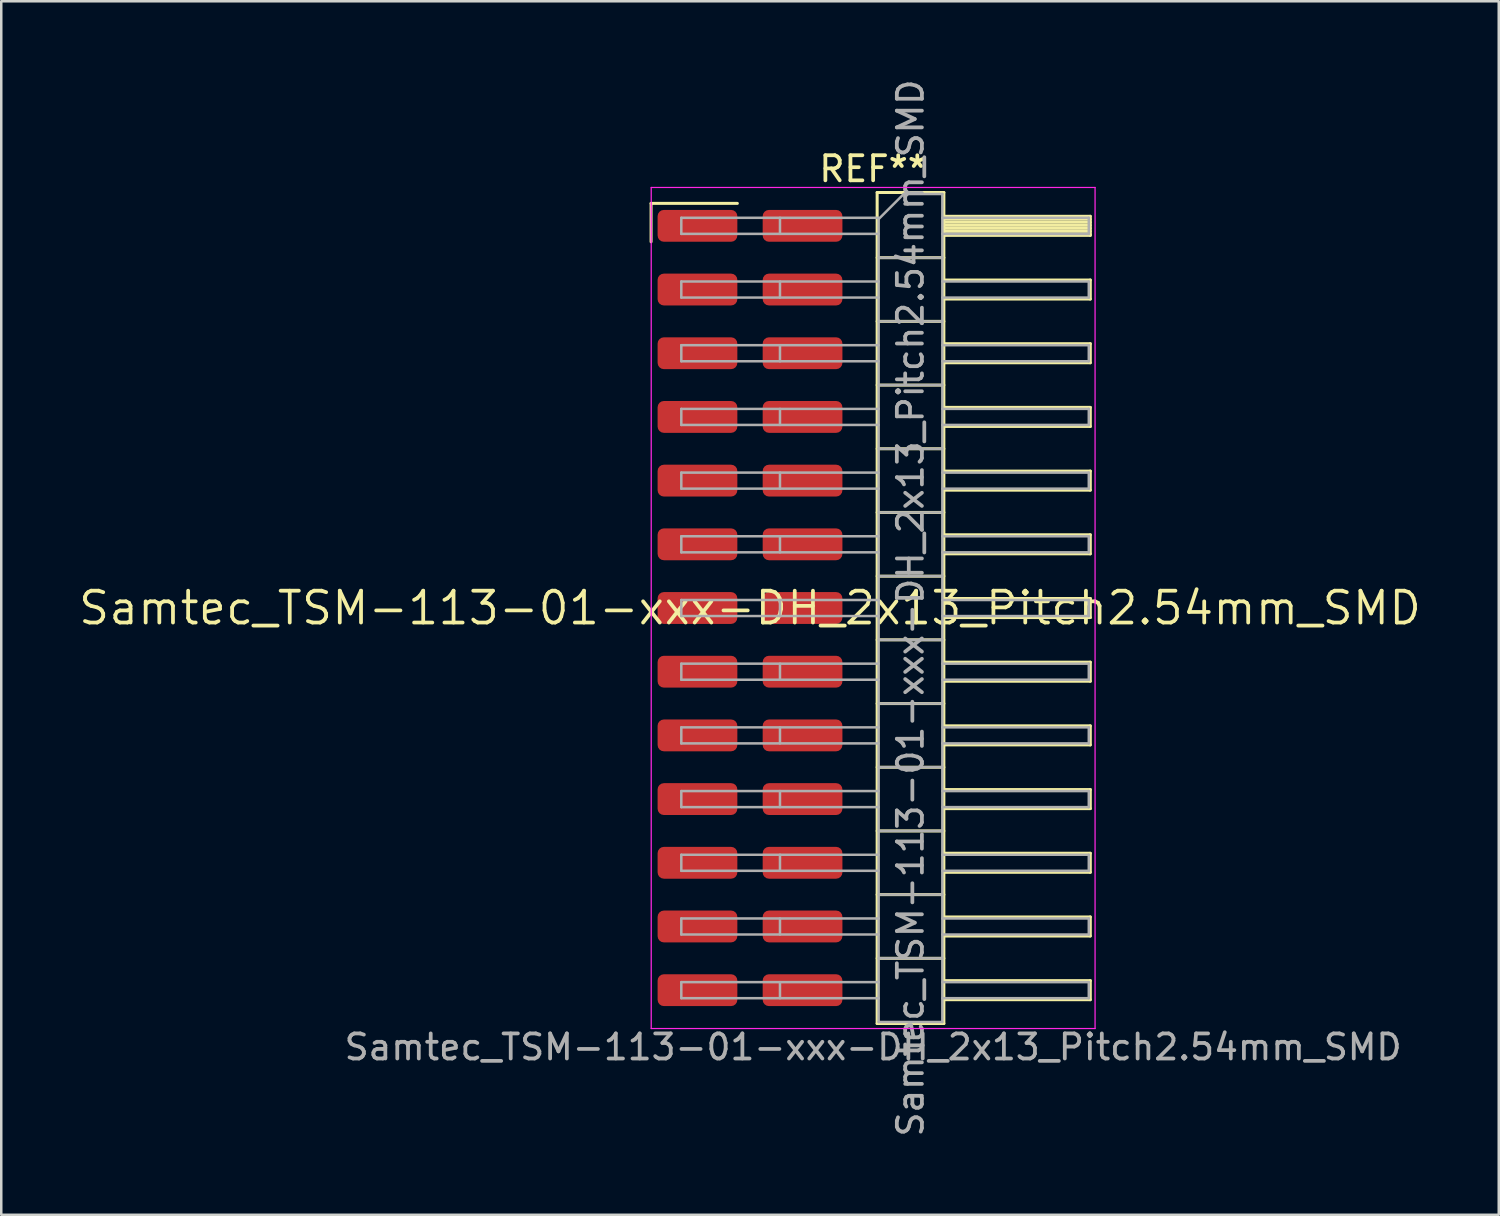
<source format=kicad_pcb>
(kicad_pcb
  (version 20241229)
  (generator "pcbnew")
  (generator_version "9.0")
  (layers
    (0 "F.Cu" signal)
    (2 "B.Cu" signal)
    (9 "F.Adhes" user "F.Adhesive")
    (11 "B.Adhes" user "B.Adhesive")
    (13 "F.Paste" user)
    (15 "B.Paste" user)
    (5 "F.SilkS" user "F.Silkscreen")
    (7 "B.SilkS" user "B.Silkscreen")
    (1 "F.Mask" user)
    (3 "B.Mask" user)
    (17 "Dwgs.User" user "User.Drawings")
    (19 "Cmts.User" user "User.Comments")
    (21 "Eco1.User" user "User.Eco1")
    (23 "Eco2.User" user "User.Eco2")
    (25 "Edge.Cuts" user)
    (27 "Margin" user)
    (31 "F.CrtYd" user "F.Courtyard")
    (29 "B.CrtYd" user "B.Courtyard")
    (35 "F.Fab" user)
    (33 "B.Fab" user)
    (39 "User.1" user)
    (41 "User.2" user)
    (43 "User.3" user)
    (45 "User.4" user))
  (footprint "Samtec_TSM-113-01-xxx-DH_2x13_Pitch2.54mm_SMD"
    (layer "F.Cu")
    (at 26.859 21.196)
    (property "Reference" "Samtec_TSM-113-01-xxx-DH_2x13_Pitch2.54mm_SMD" (at 0 0 0) (layer "F.SilkS") (effects (font (size 1.27 1.27) (thickness 0.15))))
    (attr smd)
    (fp_line (start -3.945 -16.135) (end -0.505 -16.135) (stroke (width 0.12) (type solid)) (layer "F.SilkS"))
    (fp_line (start -3.945 -14.605) (end -3.945 -16.135) (stroke (width 0.12) (type solid)) (layer "F.SilkS"))
    (fp_line (start 5.07 -16.57) (end 7.73 -16.57) (stroke (width 0.12) (type solid)) (layer "F.SilkS"))
    (fp_line (start 5.07 -13.97) (end 7.73 -13.97) (stroke (width 0.12) (type solid)) (layer "F.SilkS"))
    (fp_line (start 5.07 -11.43) (end 7.73 -11.43) (stroke (width 0.12) (type solid)) (layer "F.SilkS"))
    (fp_line (start 5.07 -8.89) (end 7.73 -8.89) (stroke (width 0.12) (type solid)) (layer "F.SilkS"))
    (fp_line (start 5.07 -6.35) (end 7.73 -6.35) (stroke (width 0.12) (type solid)) (layer "F.SilkS"))
    (fp_line (start 5.07 -3.81) (end 7.73 -3.81) (stroke (width 0.12) (type solid)) (layer "F.SilkS"))
    (fp_line (start 5.07 -1.27) (end 7.73 -1.27) (stroke (width 0.12) (type solid)) (layer "F.SilkS"))
    (fp_line (start 5.07 1.27) (end 7.73 1.27) (stroke (width 0.12) (type solid)) (layer "F.SilkS"))
    (fp_line (start 5.07 3.81) (end 7.73 3.81) (stroke (width 0.12) (type solid)) (layer "F.SilkS"))
    (fp_line (start 5.07 6.35) (end 7.73 6.35) (stroke (width 0.12) (type solid)) (layer "F.SilkS"))
    (fp_line (start 5.07 8.89) (end 7.73 8.89) (stroke (width 0.12) (type solid)) (layer "F.SilkS"))
    (fp_line (start 5.07 11.43) (end 7.73 11.43) (stroke (width 0.12) (type solid)) (layer "F.SilkS"))
    (fp_line (start 5.07 13.97) (end 7.73 13.97) (stroke (width 0.12) (type solid)) (layer "F.SilkS"))
    (fp_line (start 5.07 16.57) (end 5.07 -16.57) (stroke (width 0.12) (type solid)) (layer "F.SilkS"))
    (fp_line (start 7.73 -16.57) (end 7.73 16.57) (stroke (width 0.12) (type solid)) (layer "F.SilkS"))
    (fp_line (start 7.73 -15.62) (end 13.57 -15.62) (stroke (width 0.12) (type solid)) (layer "F.SilkS"))
    (fp_line (start 7.73 -15.5) (end 13.57 -15.5) (stroke (width 0.12) (type solid)) (layer "F.SilkS"))
    (fp_line (start 7.73 -15.38) (end 13.57 -15.38) (stroke (width 0.12) (type solid)) (layer "F.SilkS"))
    (fp_line (start 7.73 -15.26) (end 13.57 -15.26) (stroke (width 0.12) (type solid)) (layer "F.SilkS"))
    (fp_line (start 7.73 -15.14) (end 13.57 -15.14) (stroke (width 0.12) (type solid)) (layer "F.SilkS"))
    (fp_line (start 7.73 -15.02) (end 13.57 -15.02) (stroke (width 0.12) (type solid)) (layer "F.SilkS"))
    (fp_line (start 7.73 -14.9) (end 13.57 -14.9) (stroke (width 0.12) (type solid)) (layer "F.SilkS"))
    (fp_line (start 7.73 -14.86) (end 13.57 -14.86) (stroke (width 0.12) (type solid)) (layer "F.SilkS"))
    (fp_line (start 7.73 -13.08) (end 13.57 -13.08) (stroke (width 0.12) (type solid)) (layer "F.SilkS"))
    (fp_line (start 7.73 -12.32) (end 13.57 -12.32) (stroke (width 0.12) (type solid)) (layer "F.SilkS"))
    (fp_line (start 7.73 -10.54) (end 13.57 -10.54) (stroke (width 0.12) (type solid)) (layer "F.SilkS"))
    (fp_line (start 7.73 -9.78) (end 13.57 -9.78) (stroke (width 0.12) (type solid)) (layer "F.SilkS"))
    (fp_line (start 7.73 -8) (end 13.57 -8) (stroke (width 0.12) (type solid)) (layer "F.SilkS"))
    (fp_line (start 7.73 -7.24) (end 13.57 -7.24) (stroke (width 0.12) (type solid)) (layer "F.SilkS"))
    (fp_line (start 7.73 -5.46) (end 13.57 -5.46) (stroke (width 0.12) (type solid)) (layer "F.SilkS"))
    (fp_line (start 7.73 -4.7) (end 13.57 -4.7) (stroke (width 0.12) (type solid)) (layer "F.SilkS"))
    (fp_line (start 7.73 -2.92) (end 13.57 -2.92) (stroke (width 0.12) (type solid)) (layer "F.SilkS"))
    (fp_line (start 7.73 -2.16) (end 13.57 -2.16) (stroke (width 0.12) (type solid)) (layer "F.SilkS"))
    (fp_line (start 7.73 -0.38) (end 13.57 -0.38) (stroke (width 0.12) (type solid)) (layer "F.SilkS"))
    (fp_line (start 7.73 0.38) (end 13.57 0.38) (stroke (width 0.12) (type solid)) (layer "F.SilkS"))
    (fp_line (start 7.73 2.16) (end 13.57 2.16) (stroke (width 0.12) (type solid)) (layer "F.SilkS"))
    (fp_line (start 7.73 2.92) (end 13.57 2.92) (stroke (width 0.12) (type solid)) (layer "F.SilkS"))
    (fp_line (start 7.73 4.7) (end 13.57 4.7) (stroke (width 0.12) (type solid)) (layer "F.SilkS"))
    (fp_line (start 7.73 5.46) (end 13.57 5.46) (stroke (width 0.12) (type solid)) (layer "F.SilkS"))
    (fp_line (start 7.73 7.24) (end 13.57 7.24) (stroke (width 0.12) (type solid)) (layer "F.SilkS"))
    (fp_line (start 7.73 8) (end 13.57 8) (stroke (width 0.12) (type solid)) (layer "F.SilkS"))
    (fp_line (start 7.73 9.78) (end 13.57 9.78) (stroke (width 0.12) (type solid)) (layer "F.SilkS"))
    (fp_line (start 7.73 10.54) (end 13.57 10.54) (stroke (width 0.12) (type solid)) (layer "F.SilkS"))
    (fp_line (start 7.73 12.32) (end 13.57 12.32) (stroke (width 0.12) (type solid)) (layer "F.SilkS"))
    (fp_line (start 7.73 13.08) (end 13.57 13.08) (stroke (width 0.12) (type solid)) (layer "F.SilkS"))
    (fp_line (start 7.73 14.86) (end 13.57 14.86) (stroke (width 0.12) (type solid)) (layer "F.SilkS"))
    (fp_line (start 7.73 15.62) (end 13.57 15.62) (stroke (width 0.12) (type solid)) (layer "F.SilkS"))
    (fp_line (start 7.73 16.57) (end 5.07 16.57) (stroke (width 0.12) (type solid)) (layer "F.SilkS"))
    (fp_line (start 13.57 -15.62) (end 13.57 -14.86) (stroke (width 0.12) (type solid)) (layer "F.SilkS"))
    (fp_line (start 13.57 -13.08) (end 13.57 -12.32) (stroke (width 0.12) (type solid)) (layer "F.SilkS"))
    (fp_line (start 13.57 -10.54) (end 13.57 -9.78) (stroke (width 0.12) (type solid)) (layer "F.SilkS"))
    (fp_line (start 13.57 -8) (end 13.57 -7.24) (stroke (width 0.12) (type solid)) (layer "F.SilkS"))
    (fp_line (start 13.57 -5.46) (end 13.57 -4.7) (stroke (width 0.12) (type solid)) (layer "F.SilkS"))
    (fp_line (start 13.57 -2.92) (end 13.57 -2.16) (stroke (width 0.12) (type solid)) (layer "F.SilkS"))
    (fp_line (start 13.57 -0.38) (end 13.57 0.38) (stroke (width 0.12) (type solid)) (layer "F.SilkS"))
    (fp_line (start 13.57 2.16) (end 13.57 2.92) (stroke (width 0.12) (type solid)) (layer "F.SilkS"))
    (fp_line (start 13.57 4.7) (end 13.57 5.46) (stroke (width 0.12) (type solid)) (layer "F.SilkS"))
    (fp_line (start 13.57 7.24) (end 13.57 8) (stroke (width 0.12) (type solid)) (layer "F.SilkS"))
    (fp_line (start 13.57 9.78) (end 13.57 10.54) (stroke (width 0.12) (type solid)) (layer "F.SilkS"))
    (fp_line (start 13.57 12.32) (end 13.57 13.08) (stroke (width 0.12) (type solid)) (layer "F.SilkS"))
    (fp_line (start 13.57 14.86) (end 13.57 15.62) (stroke (width 0.12) (type solid)) (layer "F.SilkS"))
    (fp_line (start -3.94 -16.77) (end 13.76 -16.77) (stroke (width 0.05) (type solid)) (layer "F.CrtYd"))
    (fp_line (start -3.94 16.77) (end -3.94 -16.77) (stroke (width 0.05) (type solid)) (layer "F.CrtYd"))
    (fp_line (start 13.76 -16.77) (end 13.76 16.77) (stroke (width 0.05) (type solid)) (layer "F.CrtYd"))
    (fp_line (start 13.76 16.77) (end -3.94 16.77) (stroke (width 0.05) (type solid)) (layer "F.CrtYd"))
    (fp_line (start -2.74 -15.56) (end -2.74 -14.92) (stroke (width 0.1) (type solid)) (layer "F.Fab"))
    (fp_line (start -2.74 -15.56) (end 5.13 -15.56) (stroke (width 0.1) (type solid)) (layer "F.Fab"))
    (fp_line (start -2.74 -14.92) (end 5.13 -14.92) (stroke (width 0.1) (type solid)) (layer "F.Fab"))
    (fp_line (start -2.74 -13.02) (end -2.74 -12.38) (stroke (width 0.1) (type solid)) (layer "F.Fab"))
    (fp_line (start -2.74 -13.02) (end 5.13 -13.02) (stroke (width 0.1) (type solid)) (layer "F.Fab"))
    (fp_line (start -2.74 -12.38) (end 5.13 -12.38) (stroke (width 0.1) (type solid)) (layer "F.Fab"))
    (fp_line (start -2.74 -10.48) (end -2.74 -9.84) (stroke (width 0.1) (type solid)) (layer "F.Fab"))
    (fp_line (start -2.74 -10.48) (end 5.13 -10.48) (stroke (width 0.1) (type solid)) (layer "F.Fab"))
    (fp_line (start -2.74 -9.84) (end 5.13 -9.84) (stroke (width 0.1) (type solid)) (layer "F.Fab"))
    (fp_line (start -2.74 -7.94) (end -2.74 -7.3) (stroke (width 0.1) (type solid)) (layer "F.Fab"))
    (fp_line (start -2.74 -7.94) (end 5.13 -7.94) (stroke (width 0.1) (type solid)) (layer "F.Fab"))
    (fp_line (start -2.74 -7.3) (end 5.13 -7.3) (stroke (width 0.1) (type solid)) (layer "F.Fab"))
    (fp_line (start -2.74 -5.4) (end -2.74 -4.76) (stroke (width 0.1) (type solid)) (layer "F.Fab"))
    (fp_line (start -2.74 -5.4) (end 5.13 -5.4) (stroke (width 0.1) (type solid)) (layer "F.Fab"))
    (fp_line (start -2.74 -4.76) (end 5.13 -4.76) (stroke (width 0.1) (type solid)) (layer "F.Fab"))
    (fp_line (start -2.74 -2.86) (end -2.74 -2.22) (stroke (width 0.1) (type solid)) (layer "F.Fab"))
    (fp_line (start -2.74 -2.86) (end 5.13 -2.86) (stroke (width 0.1) (type solid)) (layer "F.Fab"))
    (fp_line (start -2.74 -2.22) (end 5.13 -2.22) (stroke (width 0.1) (type solid)) (layer "F.Fab"))
    (fp_line (start -2.74 -0.32) (end -2.74 0.32) (stroke (width 0.1) (type solid)) (layer "F.Fab"))
    (fp_line (start -2.74 -0.32) (end 5.13 -0.32) (stroke (width 0.1) (type solid)) (layer "F.Fab"))
    (fp_line (start -2.74 0.32) (end 5.13 0.32) (stroke (width 0.1) (type solid)) (layer "F.Fab"))
    (fp_line (start -2.74 2.22) (end -2.74 2.86) (stroke (width 0.1) (type solid)) (layer "F.Fab"))
    (fp_line (start -2.74 2.22) (end 5.13 2.22) (stroke (width 0.1) (type solid)) (layer "F.Fab"))
    (fp_line (start -2.74 2.86) (end 5.13 2.86) (stroke (width 0.1) (type solid)) (layer "F.Fab"))
    (fp_line (start -2.74 4.76) (end -2.74 5.4) (stroke (width 0.1) (type solid)) (layer "F.Fab"))
    (fp_line (start -2.74 4.76) (end 5.13 4.76) (stroke (width 0.1) (type solid)) (layer "F.Fab"))
    (fp_line (start -2.74 5.4) (end 5.13 5.4) (stroke (width 0.1) (type solid)) (layer "F.Fab"))
    (fp_line (start -2.74 7.3) (end -2.74 7.94) (stroke (width 0.1) (type solid)) (layer "F.Fab"))
    (fp_line (start -2.74 7.3) (end 5.13 7.3) (stroke (width 0.1) (type solid)) (layer "F.Fab"))
    (fp_line (start -2.74 7.94) (end 5.13 7.94) (stroke (width 0.1) (type solid)) (layer "F.Fab"))
    (fp_line (start -2.74 9.84) (end -2.74 10.48) (stroke (width 0.1) (type solid)) (layer "F.Fab"))
    (fp_line (start -2.74 9.84) (end 5.13 9.84) (stroke (width 0.1) (type solid)) (layer "F.Fab"))
    (fp_line (start -2.74 10.48) (end 5.13 10.48) (stroke (width 0.1) (type solid)) (layer "F.Fab"))
    (fp_line (start -2.74 12.38) (end -2.74 13.02) (stroke (width 0.1) (type solid)) (layer "F.Fab"))
    (fp_line (start -2.74 12.38) (end 5.13 12.38) (stroke (width 0.1) (type solid)) (layer "F.Fab"))
    (fp_line (start -2.74 13.02) (end 5.13 13.02) (stroke (width 0.1) (type solid)) (layer "F.Fab"))
    (fp_line (start -2.74 14.92) (end -2.74 15.56) (stroke (width 0.1) (type solid)) (layer "F.Fab"))
    (fp_line (start -2.74 14.92) (end 5.13 14.92) (stroke (width 0.1) (type solid)) (layer "F.Fab"))
    (fp_line (start -2.74 15.56) (end 5.13 15.56) (stroke (width 0.1) (type solid)) (layer "F.Fab"))
    (fp_line (start 1.195 -15.56) (end 1.195 -14.92) (stroke (width 0.1) (type solid)) (layer "F.Fab"))
    (fp_line (start 1.195 -13.02) (end 1.195 -12.38) (stroke (width 0.1) (type solid)) (layer "F.Fab"))
    (fp_line (start 1.195 -10.48) (end 1.195 -9.84) (stroke (width 0.1) (type solid)) (layer "F.Fab"))
    (fp_line (start 1.195 -7.94) (end 1.195 -7.3) (stroke (width 0.1) (type solid)) (layer "F.Fab"))
    (fp_line (start 1.195 -5.4) (end 1.195 -4.76) (stroke (width 0.1) (type solid)) (layer "F.Fab"))
    (fp_line (start 1.195 -2.86) (end 1.195 -2.22) (stroke (width 0.1) (type solid)) (layer "F.Fab"))
    (fp_line (start 1.195 -0.32) (end 1.195 0.32) (stroke (width 0.1) (type solid)) (layer "F.Fab"))
    (fp_line (start 1.195 2.22) (end 1.195 2.86) (stroke (width 0.1) (type solid)) (layer "F.Fab"))
    (fp_line (start 1.195 4.76) (end 1.195 5.4) (stroke (width 0.1) (type solid)) (layer "F.Fab"))
    (fp_line (start 1.195 7.3) (end 1.195 7.94) (stroke (width 0.1) (type solid)) (layer "F.Fab"))
    (fp_line (start 1.195 9.84) (end 1.195 10.48) (stroke (width 0.1) (type solid)) (layer "F.Fab"))
    (fp_line (start 1.195 12.38) (end 1.195 13.02) (stroke (width 0.1) (type solid)) (layer "F.Fab"))
    (fp_line (start 1.195 14.92) (end 1.195 15.56) (stroke (width 0.1) (type solid)) (layer "F.Fab"))
    (fp_line (start 5.13 -15.51) (end 6.13 -16.51) (stroke (width 0.1) (type solid)) (layer "F.Fab"))
    (fp_line (start 5.13 -13.97) (end 7.67 -13.97) (stroke (width 0.1) (type solid)) (layer "F.Fab"))
    (fp_line (start 5.13 -11.43) (end 7.67 -11.43) (stroke (width 0.1) (type solid)) (layer "F.Fab"))
    (fp_line (start 5.13 -8.89) (end 7.67 -8.89) (stroke (width 0.1) (type solid)) (layer "F.Fab"))
    (fp_line (start 5.13 -6.35) (end 7.67 -6.35) (stroke (width 0.1) (type solid)) (layer "F.Fab"))
    (fp_line (start 5.13 -3.81) (end 7.67 -3.81) (stroke (width 0.1) (type solid)) (layer "F.Fab"))
    (fp_line (start 5.13 -1.27) (end 7.67 -1.27) (stroke (width 0.1) (type solid)) (layer "F.Fab"))
    (fp_line (start 5.13 1.27) (end 7.67 1.27) (stroke (width 0.1) (type solid)) (layer "F.Fab"))
    (fp_line (start 5.13 3.81) (end 7.67 3.81) (stroke (width 0.1) (type solid)) (layer "F.Fab"))
    (fp_line (start 5.13 6.35) (end 7.67 6.35) (stroke (width 0.1) (type solid)) (layer "F.Fab"))
    (fp_line (start 5.13 8.89) (end 7.67 8.89) (stroke (width 0.1) (type solid)) (layer "F.Fab"))
    (fp_line (start 5.13 11.43) (end 7.67 11.43) (stroke (width 0.1) (type solid)) (layer "F.Fab"))
    (fp_line (start 5.13 13.97) (end 7.67 13.97) (stroke (width 0.1) (type solid)) (layer "F.Fab"))
    (fp_line (start 5.13 16.51) (end 5.13 -15.51) (stroke (width 0.1) (type solid)) (layer "F.Fab"))
    (fp_line (start 6.13 -16.51) (end 7.67 -16.51) (stroke (width 0.1) (type solid)) (layer "F.Fab"))
    (fp_line (start 7.67 -16.51) (end 7.67 16.51) (stroke (width 0.1) (type solid)) (layer "F.Fab"))
    (fp_line (start 7.67 -15.56) (end 13.51 -15.56) (stroke (width 0.1) (type solid)) (layer "F.Fab"))
    (fp_line (start 7.67 -14.92) (end 13.51 -14.92) (stroke (width 0.1) (type solid)) (layer "F.Fab"))
    (fp_line (start 7.67 -13.02) (end 13.51 -13.02) (stroke (width 0.1) (type solid)) (layer "F.Fab"))
    (fp_line (start 7.67 -12.38) (end 13.51 -12.38) (stroke (width 0.1) (type solid)) (layer "F.Fab"))
    (fp_line (start 7.67 -10.48) (end 13.51 -10.48) (stroke (width 0.1) (type solid)) (layer "F.Fab"))
    (fp_line (start 7.67 -9.84) (end 13.51 -9.84) (stroke (width 0.1) (type solid)) (layer "F.Fab"))
    (fp_line (start 7.67 -7.94) (end 13.51 -7.94) (stroke (width 0.1) (type solid)) (layer "F.Fab"))
    (fp_line (start 7.67 -7.3) (end 13.51 -7.3) (stroke (width 0.1) (type solid)) (layer "F.Fab"))
    (fp_line (start 7.67 -5.4) (end 13.51 -5.4) (stroke (width 0.1) (type solid)) (layer "F.Fab"))
    (fp_line (start 7.67 -4.76) (end 13.51 -4.76) (stroke (width 0.1) (type solid)) (layer "F.Fab"))
    (fp_line (start 7.67 -2.86) (end 13.51 -2.86) (stroke (width 0.1) (type solid)) (layer "F.Fab"))
    (fp_line (start 7.67 -2.22) (end 13.51 -2.22) (stroke (width 0.1) (type solid)) (layer "F.Fab"))
    (fp_line (start 7.67 -0.32) (end 13.51 -0.32) (stroke (width 0.1) (type solid)) (layer "F.Fab"))
    (fp_line (start 7.67 0.32) (end 13.51 0.32) (stroke (width 0.1) (type solid)) (layer "F.Fab"))
    (fp_line (start 7.67 2.22) (end 13.51 2.22) (stroke (width 0.1) (type solid)) (layer "F.Fab"))
    (fp_line (start 7.67 2.86) (end 13.51 2.86) (stroke (width 0.1) (type solid)) (layer "F.Fab"))
    (fp_line (start 7.67 4.76) (end 13.51 4.76) (stroke (width 0.1) (type solid)) (layer "F.Fab"))
    (fp_line (start 7.67 5.4) (end 13.51 5.4) (stroke (width 0.1) (type solid)) (layer "F.Fab"))
    (fp_line (start 7.67 7.3) (end 13.51 7.3) (stroke (width 0.1) (type solid)) (layer "F.Fab"))
    (fp_line (start 7.67 7.94) (end 13.51 7.94) (stroke (width 0.1) (type solid)) (layer "F.Fab"))
    (fp_line (start 7.67 9.84) (end 13.51 9.84) (stroke (width 0.1) (type solid)) (layer "F.Fab"))
    (fp_line (start 7.67 10.48) (end 13.51 10.48) (stroke (width 0.1) (type solid)) (layer "F.Fab"))
    (fp_line (start 7.67 12.38) (end 13.51 12.38) (stroke (width 0.1) (type solid)) (layer "F.Fab"))
    (fp_line (start 7.67 13.02) (end 13.51 13.02) (stroke (width 0.1) (type solid)) (layer "F.Fab"))
    (fp_line (start 7.67 14.92) (end 13.51 14.92) (stroke (width 0.1) (type solid)) (layer "F.Fab"))
    (fp_line (start 7.67 15.56) (end 13.51 15.56) (stroke (width 0.1) (type solid)) (layer "F.Fab"))
    (fp_line (start 7.67 16.51) (end 5.13 16.51) (stroke (width 0.1) (type solid)) (layer "F.Fab"))
    (fp_line (start 13.51 -15.56) (end 13.51 -14.92) (stroke (width 0.1) (type solid)) (layer "F.Fab"))
    (fp_line (start 13.51 -13.02) (end 13.51 -12.38) (stroke (width 0.1) (type solid)) (layer "F.Fab"))
    (fp_line (start 13.51 -10.48) (end 13.51 -9.84) (stroke (width 0.1) (type solid)) (layer "F.Fab"))
    (fp_line (start 13.51 -7.94) (end 13.51 -7.3) (stroke (width 0.1) (type solid)) (layer "F.Fab"))
    (fp_line (start 13.51 -5.4) (end 13.51 -4.76) (stroke (width 0.1) (type solid)) (layer "F.Fab"))
    (fp_line (start 13.51 -2.86) (end 13.51 -2.22) (stroke (width 0.1) (type solid)) (layer "F.Fab"))
    (fp_line (start 13.51 -0.32) (end 13.51 0.32) (stroke (width 0.1) (type solid)) (layer "F.Fab"))
    (fp_line (start 13.51 2.22) (end 13.51 2.86) (stroke (width 0.1) (type solid)) (layer "F.Fab"))
    (fp_line (start 13.51 4.76) (end 13.51 5.4) (stroke (width 0.1) (type solid)) (layer "F.Fab"))
    (fp_line (start 13.51 7.3) (end 13.51 7.94) (stroke (width 0.1) (type solid)) (layer "F.Fab"))
    (fp_line (start 13.51 9.84) (end 13.51 10.48) (stroke (width 0.1) (type solid)) (layer "F.Fab"))
    (fp_line (start 13.51 12.38) (end 13.51 13.02) (stroke (width 0.1) (type solid)) (layer "F.Fab"))
    (fp_line (start 13.51 14.92) (end 13.51 15.56) (stroke (width 0.1) (type solid)) (layer "F.Fab"))
    (fp_text user "REF**" (at 4.91 -17.51 0) (layer "F.SilkS") (effects (font (size 1 1) (thickness 0.15))))
    (fp_text user "${REFERENCE}" (at 6.4 0 90) (layer "F.Fab") (effects (font (size 1 1) (thickness 0.15))))
    (fp_text user "Samtec_TSM-113-01-xxx-DH_2x13_Pitch2.54mm_SMD" (at 4.91 17.51 0) (layer "F.Fab") (effects (font (size 1 1) (thickness 0.15))))
    (pad "1" smd roundrect (at -2.095 -15.24) (size 3.18 1.27) (layers "F.Cu" "F.Mask" "F.Paste") (roundrect_rratio 0.197))
    (pad "2" smd roundrect (at 2.095 -15.24) (size 3.18 1.27) (layers "F.Cu" "F.Mask" "F.Paste") (roundrect_rratio 0.197))
    (pad "3" smd roundrect (at -2.095 -12.7) (size 3.18 1.27) (layers "F.Cu" "F.Mask" "F.Paste") (roundrect_rratio 0.197))
    (pad "4" smd roundrect (at 2.095 -12.7) (size 3.18 1.27) (layers "F.Cu" "F.Mask" "F.Paste") (roundrect_rratio 0.197))
    (pad "5" smd roundrect (at -2.095 -10.16) (size 3.18 1.27) (layers "F.Cu" "F.Mask" "F.Paste") (roundrect_rratio 0.197))
    (pad "6" smd roundrect (at 2.095 -10.16) (size 3.18 1.27) (layers "F.Cu" "F.Mask" "F.Paste") (roundrect_rratio 0.197))
    (pad "7" smd roundrect (at -2.095 -7.62) (size 3.18 1.27) (layers "F.Cu" "F.Mask" "F.Paste") (roundrect_rratio 0.197))
    (pad "8" smd roundrect (at 2.095 -7.62) (size 3.18 1.27) (layers "F.Cu" "F.Mask" "F.Paste") (roundrect_rratio 0.197))
    (pad "9" smd roundrect (at -2.095 -5.08) (size 3.18 1.27) (layers "F.Cu" "F.Mask" "F.Paste") (roundrect_rratio 0.197))
    (pad "10" smd roundrect (at 2.095 -5.08) (size 3.18 1.27) (layers "F.Cu" "F.Mask" "F.Paste") (roundrect_rratio 0.197))
    (pad "11" smd roundrect (at -2.095 -2.54) (size 3.18 1.27) (layers "F.Cu" "F.Mask" "F.Paste") (roundrect_rratio 0.197))
    (pad "12" smd roundrect (at 2.095 -2.54) (size 3.18 1.27) (layers "F.Cu" "F.Mask" "F.Paste") (roundrect_rratio 0.197))
    (pad "13" smd roundrect (at -2.095 0) (size 3.18 1.27) (layers "F.Cu" "F.Mask" "F.Paste") (roundrect_rratio 0.197))
    (pad "14" smd roundrect (at 2.095 0) (size 3.18 1.27) (layers "F.Cu" "F.Mask" "F.Paste") (roundrect_rratio 0.197))
    (pad "15" smd roundrect (at -2.095 2.54) (size 3.18 1.27) (layers "F.Cu" "F.Mask" "F.Paste") (roundrect_rratio 0.197))
    (pad "16" smd roundrect (at 2.095 2.54) (size 3.18 1.27) (layers "F.Cu" "F.Mask" "F.Paste") (roundrect_rratio 0.197))
    (pad "17" smd roundrect (at -2.095 5.08) (size 3.18 1.27) (layers "F.Cu" "F.Mask" "F.Paste") (roundrect_rratio 0.197))
    (pad "18" smd roundrect (at 2.095 5.08) (size 3.18 1.27) (layers "F.Cu" "F.Mask" "F.Paste") (roundrect_rratio 0.197))
    (pad "19" smd roundrect (at -2.095 7.62) (size 3.18 1.27) (layers "F.Cu" "F.Mask" "F.Paste") (roundrect_rratio 0.197))
    (pad "20" smd roundrect (at 2.095 7.62) (size 3.18 1.27) (layers "F.Cu" "F.Mask" "F.Paste") (roundrect_rratio 0.197))
    (pad "21" smd roundrect (at -2.095 10.16) (size 3.18 1.27) (layers "F.Cu" "F.Mask" "F.Paste") (roundrect_rratio 0.197))
    (pad "22" smd roundrect (at 2.095 10.16) (size 3.18 1.27) (layers "F.Cu" "F.Mask" "F.Paste") (roundrect_rratio 0.197))
    (pad "23" smd roundrect (at -2.095 12.7) (size 3.18 1.27) (layers "F.Cu" "F.Mask" "F.Paste") (roundrect_rratio 0.197))
    (pad "24" smd roundrect (at 2.095 12.7) (size 3.18 1.27) (layers "F.Cu" "F.Mask" "F.Paste") (roundrect_rratio 0.197))
    (pad "25" smd roundrect (at -2.095 15.24) (size 3.18 1.27) (layers "F.Cu" "F.Mask" "F.Paste") (roundrect_rratio 0.197))
    (pad "26" smd roundrect (at 2.095 15.24) (size 3.18 1.27) (layers "F.Cu" "F.Mask" "F.Paste") (roundrect_rratio 0.197)))
  (gr_rect
    (start -3 -3)
    (end 56.717 45.393)
    (stroke (width 0.1) (type default))
    (fill no)
    (layer "Edge.Cuts")))
</source>
